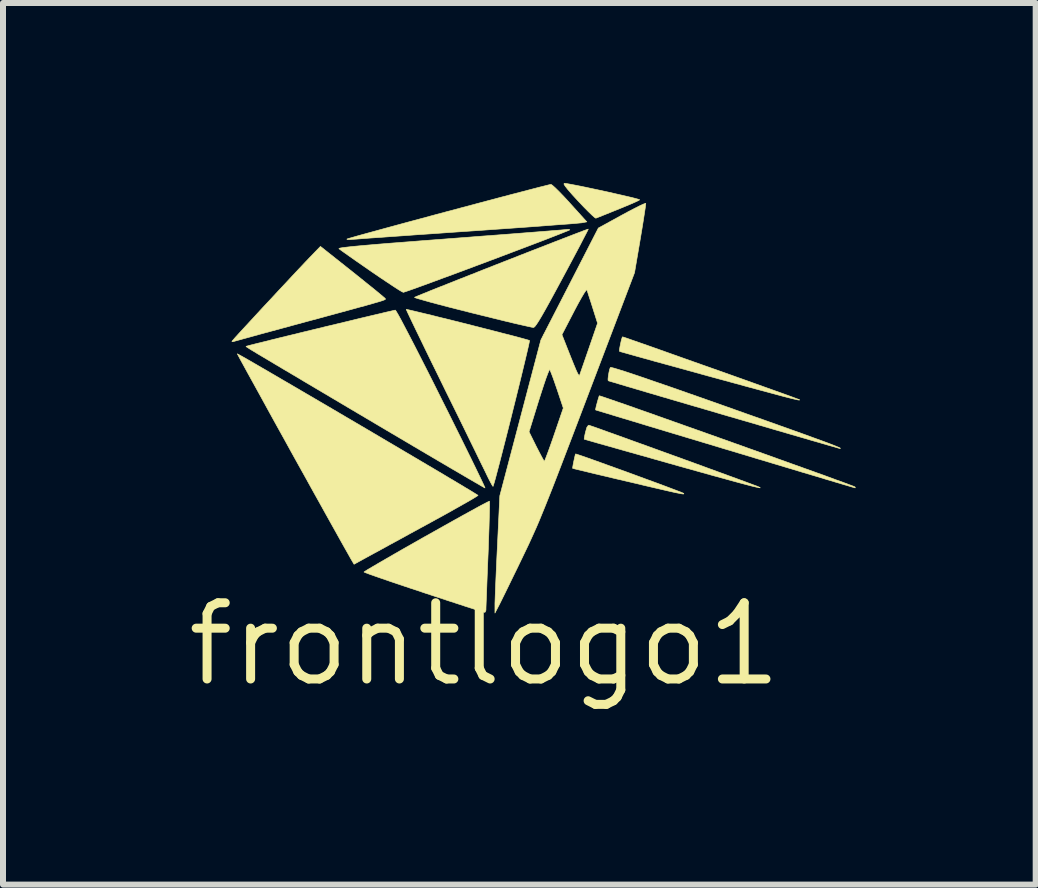
<source format=kicad_pcb>
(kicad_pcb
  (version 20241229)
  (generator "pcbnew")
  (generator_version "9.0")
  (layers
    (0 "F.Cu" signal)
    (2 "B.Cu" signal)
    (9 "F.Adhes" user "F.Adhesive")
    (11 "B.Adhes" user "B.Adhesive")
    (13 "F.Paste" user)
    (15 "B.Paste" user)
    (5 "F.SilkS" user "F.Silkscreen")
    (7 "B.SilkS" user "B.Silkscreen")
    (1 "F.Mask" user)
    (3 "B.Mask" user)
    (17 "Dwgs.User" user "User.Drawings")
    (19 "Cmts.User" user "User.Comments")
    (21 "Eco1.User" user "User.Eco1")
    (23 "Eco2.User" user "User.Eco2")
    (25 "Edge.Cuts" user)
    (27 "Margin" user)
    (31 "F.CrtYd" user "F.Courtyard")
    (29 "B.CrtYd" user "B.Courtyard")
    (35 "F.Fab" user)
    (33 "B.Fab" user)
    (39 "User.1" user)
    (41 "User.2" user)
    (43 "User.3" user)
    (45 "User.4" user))
  (footprint "frontlogo1"
    (layer "F.Cu")
    (at 5.027 7.685)
    (property "Reference" "frontlogo1" (at 0 0 0) (layer "F.SilkS") (effects (font (size 1.27 1.27) (thickness 0.15))))
    (attr through_hole)
    (fp_poly (pts (xy 1.354 -7.678) (xy 1.417 -7.667) (xy 1.507 -7.65) (xy 1.619 -7.628) (xy 1.746 -7.601) (xy 1.883 -7.572) (xy 2.023 -7.542) (xy 2.159 -7.511) (xy 2.287 -7.482) (xy 2.399 -7.456) (xy 2.489 -7.434) (xy 2.552 -7.417) (xy 2.581 -7.407) (xy 2.582 -7.405) (xy 2.563 -7.393) (xy 2.503 -7.365) (xy 2.404 -7.322) (xy 2.266 -7.265) (xy 2.088 -7.193) (xy 1.871 -7.106) (xy 1.852 -7.099) (xy 1.832 -7.111) (xy 1.788 -7.15) (xy 1.725 -7.211) (xy 1.648 -7.289) (xy 1.563 -7.379) (xy 1.56 -7.382) (xy 1.459 -7.492) (xy 1.387 -7.575) (xy 1.341 -7.633) (xy 1.321 -7.667) (xy 1.325 -7.68) (xy 1.354 -7.678)) (stroke (width 0.01) (type solid)) (fill yes) (layer "F.SilkS"))
    (fp_poly (pts (xy 1.535 -3.165) (xy 1.59 -3.147) (xy 1.675 -3.118) (xy 1.785 -3.079) (xy 1.916 -3.032) (xy 2.062 -2.979) (xy 2.218 -2.923) (xy 2.381 -2.864) (xy 2.544 -2.804) (xy 2.704 -2.745) (xy 2.855 -2.69) (xy 2.992 -2.639) (xy 3.111 -2.594) (xy 3.206 -2.558) (xy 3.274 -2.532) (xy 3.308 -2.517) (xy 3.312 -2.515) (xy 3.318 -2.508) (xy 3.318 -2.504) (xy 3.307 -2.503) (xy 3.282 -2.506) (xy 3.24 -2.514) (xy 3.178 -2.526) (xy 3.093 -2.545) (xy 2.98 -2.571) (xy 2.838 -2.604) (xy 2.662 -2.645) (xy 2.449 -2.696) (xy 2.371 -2.714) (xy 2.182 -2.758) (xy 2.007 -2.8) (xy 1.849 -2.837) (xy 1.713 -2.87) (xy 1.602 -2.897) (xy 1.522 -2.916) (xy 1.475 -2.928) (xy 1.465 -2.931) (xy 1.467 -2.952) (xy 1.475 -2.999) (xy 1.487 -3.059) (xy 1.5 -3.117) (xy 1.51 -3.159) (xy 1.515 -3.171) (xy 1.535 -3.165)) (stroke (width 0.01) (type solid)) (fill yes) (layer "F.SilkS"))
    (fp_poly (pts (xy 1.76 -3.641) (xy 1.819 -3.621) (xy 1.91 -3.589) (xy 2.028 -3.546) (xy 2.171 -3.495) (xy 2.335 -3.436) (xy 2.514 -3.371) (xy 2.706 -3.302) (xy 2.907 -3.229) (xy 3.112 -3.155) (xy 3.318 -3.08) (xy 3.52 -3.007) (xy 3.716 -2.935) (xy 3.9 -2.868) (xy 4.069 -2.806) (xy 4.22 -2.751) (xy 4.348 -2.704) (xy 4.449 -2.666) (xy 4.52 -2.64) (xy 4.551 -2.628) (xy 4.584 -2.613) (xy 4.592 -2.606) (xy 4.574 -2.607) (xy 4.527 -2.617) (xy 4.451 -2.635) (xy 4.344 -2.663) (xy 4.205 -2.7) (xy 4.031 -2.748) (xy 3.822 -2.805) (xy 3.576 -2.874) (xy 3.292 -2.953) (xy 3.09 -3.01) (xy 2.853 -3.077) (xy 2.628 -3.141) (xy 2.418 -3.2) (xy 2.227 -3.254) (xy 2.058 -3.302) (xy 1.915 -3.342) (xy 1.8 -3.375) (xy 1.717 -3.399) (xy 1.669 -3.413) (xy 1.658 -3.416) (xy 1.66 -3.437) (xy 1.669 -3.486) (xy 1.68 -3.535) (xy 1.702 -3.612) (xy 1.726 -3.646) (xy 1.737 -3.649) (xy 1.76 -3.641)) (stroke (width 0.01) (type solid)) (fill yes) (layer "F.SilkS"))
    (fp_poly (pts (xy -2.199 -6.202) (xy -2.069 -6.098) (xy -1.95 -6.002) (xy -1.845 -5.918) (xy -1.76 -5.848) (xy -1.698 -5.796) (xy -1.662 -5.765) (xy -1.655 -5.757) (xy -1.654 -5.753) (xy -1.655 -5.748) (xy -1.661 -5.743) (xy -1.676 -5.736) (xy -1.703 -5.726) (xy -1.743 -5.713) (xy -1.801 -5.696) (xy -1.879 -5.674) (xy -1.979 -5.645) (xy -2.106 -5.611) (xy -2.261 -5.568) (xy -2.448 -5.517) (xy -2.669 -5.457) (xy -2.928 -5.387) (xy -2.973 -5.375) (xy -3.19 -5.316) (xy -3.395 -5.26) (xy -3.584 -5.209) (xy -3.754 -5.163) (xy -3.901 -5.122) (xy -4.022 -5.089) (xy -4.112 -5.064) (xy -4.167 -5.049) (xy -4.185 -5.043) (xy -4.21 -5.042) (xy -4.212 -5.047) (xy -4.198 -5.064) (xy -4.159 -5.109) (xy -4.097 -5.177) (xy -4.016 -5.265) (xy -3.92 -5.369) (xy -3.812 -5.486) (xy -3.695 -5.613) (xy -3.572 -5.744) (xy -3.448 -5.878) (xy -3.325 -6.009) (xy -3.207 -6.136) (xy -3.097 -6.253) (xy -2.998 -6.358) (xy -2.914 -6.446) (xy -2.848 -6.514) (xy -2.836 -6.527) (xy -2.737 -6.629) (xy -2.199 -6.202)) (stroke (width 0.01) (type solid)) (fill yes) (layer "F.SilkS"))
    (fp_poly (pts (xy 2.319 -5.115) (xy 2.377 -5.096) (xy 2.467 -5.064) (xy 2.585 -5.023) (xy 2.728 -4.973) (xy 2.892 -4.915) (xy 3.072 -4.851) (xy 3.266 -4.782) (xy 3.469 -4.71) (xy 3.678 -4.636) (xy 3.888 -4.562) (xy 4.096 -4.488) (xy 4.298 -4.416) (xy 4.491 -4.347) (xy 4.67 -4.283) (xy 4.832 -4.225) (xy 4.972 -4.175) (xy 5.088 -4.133) (xy 5.174 -4.101) (xy 5.228 -4.081) (xy 5.246 -4.074) (xy 5.248 -4.07) (xy 5.241 -4.068) (xy 5.223 -4.07) (xy 5.191 -4.077) (xy 5.142 -4.088) (xy 5.073 -4.105) (xy 4.983 -4.128) (xy 4.868 -4.159) (xy 4.727 -4.197) (xy 4.556 -4.243) (xy 4.352 -4.298) (xy 4.115 -4.363) (xy 3.839 -4.438) (xy 3.725 -4.469) (xy 3.484 -4.536) (xy 3.255 -4.599) (xy 3.041 -4.658) (xy 2.846 -4.711) (xy 2.672 -4.76) (xy 2.524 -4.801) (xy 2.404 -4.835) (xy 2.315 -4.86) (xy 2.261 -4.875) (xy 2.246 -4.881) (xy 2.245 -4.903) (xy 2.253 -4.952) (xy 2.265 -5.012) (xy 2.278 -5.07) (xy 2.291 -5.111) (xy 2.297 -5.122) (xy 2.319 -5.115)) (stroke (width 0.01) (type solid)) (fill yes) (layer "F.SilkS"))
    (fp_poly (pts (xy 2.111 -4.611) (xy 2.156 -4.6) (xy 2.232 -4.577) (xy 2.338 -4.544) (xy 2.476 -4.498) (xy 2.648 -4.44) (xy 2.853 -4.369) (xy 3.095 -4.286) (xy 3.372 -4.189) (xy 3.688 -4.078) (xy 4.002 -3.967) (xy 4.339 -3.847) (xy 4.637 -3.742) (xy 4.9 -3.648) (xy 5.127 -3.567) (xy 5.323 -3.497) (xy 5.487 -3.437) (xy 5.622 -3.388) (xy 5.73 -3.348) (xy 5.813 -3.316) (xy 5.872 -3.292) (xy 5.91 -3.276) (xy 5.928 -3.266) (xy 5.927 -3.262) (xy 5.915 -3.262) (xy 5.892 -3.268) (xy 5.832 -3.286) (xy 5.736 -3.313) (xy 5.609 -3.35) (xy 5.452 -3.395) (xy 5.268 -3.449) (xy 5.061 -3.509) (xy 4.834 -3.575) (xy 4.588 -3.647) (xy 4.328 -3.723) (xy 4.055 -3.802) (xy 3.98 -3.824) (xy 3.705 -3.905) (xy 3.441 -3.982) (xy 3.192 -4.055) (xy 2.96 -4.123) (xy 2.749 -4.185) (xy 2.56 -4.241) (xy 2.397 -4.289) (xy 2.263 -4.329) (xy 2.16 -4.36) (xy 2.091 -4.38) (xy 2.06 -4.39) (xy 2.058 -4.391) (xy 2.055 -4.416) (xy 2.06 -4.466) (xy 2.07 -4.526) (xy 2.082 -4.58) (xy 2.094 -4.611) (xy 2.111 -4.611)) (stroke (width 0.01) (type solid)) (fill yes) (layer "F.SilkS"))
    (fp_poly (pts (xy 0.081 -2.36) (xy 0.081 -2.299) (xy 0.079 -2.205) (xy 0.076 -2.082) (xy 0.072 -1.934) (xy 0.066 -1.767) (xy 0.06 -1.583) (xy 0.056 -1.487) (xy 0.048 -1.297) (xy 0.041 -1.119) (xy 0.035 -0.957) (xy 0.03 -0.818) (xy 0.025 -0.704) (xy 0.022 -0.622) (xy 0.021 -0.575) (xy 0.021 -0.566) (xy 0.009 -0.536) (xy -0.005 -0.531) (xy -0.03 -0.538) (xy -0.091 -0.557) (xy -0.184 -0.587) (xy -0.306 -0.626) (xy -0.452 -0.674) (xy -0.618 -0.728) (xy -0.8 -0.788) (xy -0.995 -0.852) (xy -1.021 -0.861) (xy -1.217 -0.926) (xy -1.399 -0.987) (xy -1.565 -1.043) (xy -1.71 -1.093) (xy -1.831 -1.135) (xy -1.924 -1.168) (xy -1.985 -1.191) (xy -2.01 -1.202) (xy -2.011 -1.203) (xy -1.993 -1.216) (xy -1.942 -1.248) (xy -1.862 -1.295) (xy -1.758 -1.356) (xy -1.632 -1.429) (xy -1.49 -1.511) (xy -1.335 -1.6) (xy -1.171 -1.693) (xy -1.002 -1.789) (xy -0.832 -1.884) (xy -0.665 -1.978) (xy -0.506 -2.067) (xy -0.357 -2.15) (xy -0.224 -2.223) (xy -0.11 -2.286) (xy -0.02 -2.334) (xy 0.044 -2.367) (xy 0.076 -2.382) (xy 0.079 -2.383) (xy 0.081 -2.36)) (stroke (width 0.01) (type solid)) (fill yes) (layer "F.SilkS"))
    (fp_poly (pts (xy 1.718 -6.898) (xy 1.691 -6.845) (xy 1.648 -6.763) (xy 1.592 -6.654) (xy 1.523 -6.524) (xy 1.444 -6.376) (xy 1.357 -6.213) (xy 1.294 -6.096) (xy 1.183 -5.89) (xy 1.09 -5.719) (xy 1.013 -5.58) (xy 0.951 -5.471) (xy 0.902 -5.389) (xy 0.865 -5.332) (xy 0.838 -5.296) (xy 0.82 -5.28) (xy 0.815 -5.278) (xy 0.786 -5.282) (xy 0.721 -5.296) (xy 0.623 -5.318) (xy 0.496 -5.347) (xy 0.346 -5.383) (xy 0.175 -5.425) (xy -0.011 -5.471) (xy -0.207 -5.519) (xy -0.403 -5.569) (xy -0.585 -5.615) (xy -0.749 -5.658) (xy -0.892 -5.696) (xy -1.009 -5.729) (xy -1.097 -5.754) (xy -1.152 -5.771) (xy -1.17 -5.78) (xy -1.17 -5.78) (xy -1.148 -5.79) (xy -1.091 -5.814) (xy -1.002 -5.85) (xy -0.885 -5.898) (xy -0.744 -5.954) (xy -0.582 -6.018) (xy -0.404 -6.089) (xy -0.213 -6.164) (xy -0.014 -6.243) (xy 0.192 -6.324) (xy 0.399 -6.405) (xy 0.603 -6.485) (xy 0.802 -6.563) (xy 0.991 -6.636) (xy 1.167 -6.705) (xy 1.325 -6.766) (xy 1.462 -6.819) (xy 1.575 -6.862) (xy 1.658 -6.894) (xy 1.71 -6.912) (xy 1.726 -6.917) (xy 1.718 -6.898)) (stroke (width 0.01) (type solid)) (fill yes) (layer "F.SilkS"))
    (fp_poly (pts (xy 1.129 -7.647) (xy 1.176 -7.605) (xy 1.241 -7.541) (xy 1.32 -7.459) (xy 1.407 -7.365) (xy 1.42 -7.35) (xy 1.702 -7.038) (xy 1.618 -7.022) (xy 1.585 -7.019) (xy 1.512 -7.012) (xy 1.404 -7.003) (xy 1.263 -6.993) (xy 1.093 -6.98) (xy 0.897 -6.965) (xy 0.678 -6.949) (xy 0.439 -6.932) (xy 0.183 -6.914) (xy -0.086 -6.895) (xy -0.307 -6.88) (xy -0.584 -6.861) (xy -0.85 -6.842) (xy -1.103 -6.825) (xy -1.338 -6.808) (xy -1.552 -6.793) (xy -1.744 -6.779) (xy -1.908 -6.768) (xy -2.042 -6.758) (xy -2.143 -6.75) (xy -2.207 -6.746) (xy -2.23 -6.743) (xy -2.277 -6.742) (xy -2.296 -6.748) (xy -2.294 -6.752) (xy -2.271 -6.76) (xy -2.211 -6.777) (xy -2.118 -6.804) (xy -1.995 -6.838) (xy -1.845 -6.879) (xy -1.674 -6.926) (xy -1.483 -6.978) (xy -1.277 -7.034) (xy -1.061 -7.092) (xy -0.836 -7.153) (xy -0.608 -7.214) (xy -0.379 -7.275) (xy -0.154 -7.335) (xy 0.064 -7.393) (xy 0.271 -7.448) (xy 0.464 -7.499) (xy 0.638 -7.544) (xy 0.79 -7.584) (xy 0.917 -7.617) (xy 1.014 -7.641) (xy 1.078 -7.657) (xy 1.106 -7.662) (xy 1.106 -7.662) (xy 1.129 -7.647)) (stroke (width 0.01) (type solid)) (fill yes) (layer "F.SilkS"))
    (fp_poly (pts (xy 1.931 -4.134) (xy 1.988 -4.115) (xy 2.079 -4.084) (xy 2.2 -4.042) (xy 2.349 -3.991) (xy 2.521 -3.93) (xy 2.715 -3.862) (xy 2.926 -3.787) (xy 3.151 -3.707) (xy 3.388 -3.623) (xy 3.634 -3.536) (xy 3.884 -3.447) (xy 4.137 -3.357) (xy 4.388 -3.267) (xy 4.635 -3.179) (xy 4.874 -3.093) (xy 5.102 -3.011) (xy 5.317 -2.934) (xy 5.515 -2.863) (xy 5.693 -2.799) (xy 5.847 -2.742) (xy 5.975 -2.696) (xy 6.073 -2.659) (xy 6.138 -2.635) (xy 6.168 -2.622) (xy 6.169 -2.622) (xy 6.177 -2.606) (xy 6.169 -2.606) (xy 6.146 -2.612) (xy 6.086 -2.63) (xy 5.99 -2.658) (xy 5.862 -2.696) (xy 5.704 -2.743) (xy 5.519 -2.799) (xy 5.309 -2.861) (xy 5.077 -2.931) (xy 4.827 -3.006) (xy 4.559 -3.086) (xy 4.278 -3.171) (xy 4 -3.254) (xy 3.709 -3.342) (xy 3.429 -3.426) (xy 3.163 -3.506) (xy 2.914 -3.581) (xy 2.685 -3.65) (xy 2.478 -3.713) (xy 2.295 -3.768) (xy 2.14 -3.815) (xy 2.015 -3.853) (xy 1.923 -3.881) (xy 1.866 -3.898) (xy 1.848 -3.904) (xy 1.85 -3.924) (xy 1.86 -3.971) (xy 1.876 -4.03) (xy 1.892 -4.087) (xy 1.905 -4.128) (xy 1.91 -4.14) (xy 1.931 -4.134)) (stroke (width 0.01) (type solid)) (fill yes) (layer "F.SilkS"))
    (fp_poly (pts (xy -1.286 -5.576) (xy -1.228 -5.563) (xy -1.139 -5.542) (xy -1.023 -5.514) (xy -0.885 -5.481) (xy -0.73 -5.442) (xy -0.562 -5.401) (xy -0.387 -5.357) (xy -0.209 -5.312) (xy -0.033 -5.267) (xy 0.136 -5.224) (xy 0.294 -5.183) (xy 0.436 -5.147) (xy 0.557 -5.115) (xy 0.652 -5.089) (xy 0.716 -5.071) (xy 0.746 -5.061) (xy 0.747 -5.061) (xy 0.744 -5.039) (xy 0.732 -4.98) (xy 0.711 -4.889) (xy 0.683 -4.771) (xy 0.649 -4.629) (xy 0.61 -4.467) (xy 0.567 -4.291) (xy 0.521 -4.105) (xy 0.473 -3.913) (xy 0.425 -3.719) (xy 0.377 -3.529) (xy 0.33 -3.345) (xy 0.286 -3.173) (xy 0.246 -3.017) (xy 0.21 -2.881) (xy 0.181 -2.771) (xy 0.158 -2.689) (xy 0.143 -2.641) (xy 0.139 -2.629) (xy 0.127 -2.644) (xy 0.102 -2.689) (xy 0.066 -2.758) (xy 0.036 -2.819) (xy 0.011 -2.872) (xy -0.032 -2.959) (xy -0.09 -3.077) (xy -0.16 -3.222) (xy -0.242 -3.389) (xy -0.333 -3.576) (xy -0.432 -3.778) (xy -0.537 -3.991) (xy -0.646 -4.212) (xy -0.686 -4.294) (xy -0.792 -4.511) (xy -0.893 -4.716) (xy -0.986 -4.907) (xy -1.07 -5.081) (xy -1.144 -5.233) (xy -1.206 -5.362) (xy -1.254 -5.463) (xy -1.288 -5.535) (xy -1.305 -5.573) (xy -1.307 -5.579) (xy -1.286 -5.576)) (stroke (width 0.01) (type solid)) (fill yes) (layer "F.SilkS"))
    (fp_poly (pts (xy 1.418 -6.905) (xy 1.399 -6.895) (xy 1.343 -6.873) (xy 1.256 -6.838) (xy 1.141 -6.793) (xy 1.002 -6.739) (xy 0.842 -6.678) (xy 0.666 -6.611) (xy 0.478 -6.54) (xy 0.28 -6.465) (xy 0.078 -6.389) (xy -0.125 -6.313) (xy -0.325 -6.238) (xy -0.518 -6.166) (xy -0.701 -6.099) (xy -0.868 -6.037) (xy -1.018 -5.982) (xy -1.145 -5.936) (xy -1.246 -5.9) (xy -1.316 -5.876) (xy -1.353 -5.864) (xy -1.357 -5.864) (xy -1.381 -5.875) (xy -1.436 -5.908) (xy -1.515 -5.959) (xy -1.616 -6.026) (xy -1.733 -6.104) (xy -1.862 -6.192) (xy -1.894 -6.214) (xy -2.025 -6.305) (xy -2.145 -6.388) (xy -2.25 -6.462) (xy -2.335 -6.522) (xy -2.395 -6.565) (xy -2.427 -6.589) (xy -2.429 -6.591) (xy -2.426 -6.596) (xy -2.404 -6.602) (xy -2.362 -6.609) (xy -2.297 -6.617) (xy -2.208 -6.627) (xy -2.091 -6.638) (xy -1.946 -6.651) (xy -1.771 -6.666) (xy -1.562 -6.683) (xy -1.318 -6.702) (xy -1.036 -6.724) (xy -0.716 -6.748) (xy -0.577 -6.759) (xy -0.298 -6.78) (xy -0.03 -6.801) (xy 0.224 -6.82) (xy 0.46 -6.838) (xy 0.675 -6.855) (xy 0.867 -6.87) (xy 1.032 -6.883) (xy 1.167 -6.894) (xy 1.269 -6.902) (xy 1.334 -6.908) (xy 1.36 -6.911) (xy 1.402 -6.913) (xy 1.418 -6.905)) (stroke (width 0.01) (type solid)) (fill yes) (layer "F.SilkS"))
    (fp_poly (pts (xy -4.103 -4.829) (xy -4.05 -4.8) (xy -3.967 -4.753) (xy -3.856 -4.689) (xy -3.72 -4.61) (xy -3.562 -4.518) (xy -3.384 -4.414) (xy -3.19 -4.301) (xy -2.982 -4.179) (xy -2.763 -4.051) (xy -2.536 -3.918) (xy -2.305 -3.782) (xy -2.07 -3.644) (xy -1.837 -3.507) (xy -1.607 -3.371) (xy -1.383 -3.239) (xy -1.168 -3.112) (xy -0.965 -2.992) (xy -0.777 -2.881) (xy -0.606 -2.779) (xy -0.456 -2.69) (xy -0.33 -2.614) (xy -0.229 -2.554) (xy -0.158 -2.51) (xy -0.118 -2.485) (xy -0.111 -2.48) (xy -0.128 -2.467) (xy -0.178 -2.436) (xy -0.259 -2.388) (xy -0.367 -2.327) (xy -0.498 -2.253) (xy -0.649 -2.168) (xy -0.817 -2.076) (xy -0.997 -1.977) (xy -1.053 -1.947) (xy -1.24 -1.845) (xy -1.418 -1.747) (xy -1.584 -1.657) (xy -1.733 -1.575) (xy -1.862 -1.505) (xy -1.966 -1.448) (xy -2.041 -1.407) (xy -2.084 -1.383) (xy -2.089 -1.381) (xy -2.177 -1.332) (xy -2.23 -1.422) (xy -2.264 -1.483) (xy -2.315 -1.573) (xy -2.381 -1.69) (xy -2.459 -1.83) (xy -2.549 -1.991) (xy -2.649 -2.17) (xy -2.756 -2.363) (xy -2.87 -2.567) (xy -2.987 -2.779) (xy -3.108 -2.996) (xy -3.229 -3.214) (xy -3.349 -3.432) (xy -3.467 -3.644) (xy -3.58 -3.849) (xy -3.687 -4.044) (xy -3.786 -4.224) (xy -3.876 -4.387) (xy -3.955 -4.53) (xy -4.02 -4.649) (xy -4.071 -4.742) (xy -4.105 -4.806) (xy -4.121 -4.836) (xy -4.122 -4.839) (xy -4.103 -4.829)) (stroke (width 0.01) (type solid)) (fill yes) (layer "F.SilkS"))
    (fp_poly (pts (xy -1.475 -5.548) (xy -1.443 -5.494) (xy -1.395 -5.407) (xy -1.333 -5.289) (xy -1.256 -5.142) (xy -1.167 -4.97) (xy -1.067 -4.774) (xy -0.957 -4.558) (xy -0.838 -4.322) (xy -0.72 -4.085) (xy -0.603 -3.852) (xy -0.493 -3.63) (xy -0.39 -3.423) (xy -0.296 -3.232) (xy -0.212 -3.061) (xy -0.14 -2.913) (xy -0.081 -2.791) (xy -0.036 -2.697) (xy -0.007 -2.634) (xy 0.005 -2.605) (xy 0.005 -2.604) (xy -0.015 -2.614) (xy -0.069 -2.645) (xy -0.154 -2.694) (xy -0.268 -2.76) (xy -0.407 -2.842) (xy -0.57 -2.937) (xy -0.754 -3.045) (xy -0.956 -3.164) (xy -1.173 -3.292) (xy -1.403 -3.428) (xy -1.63 -3.562) (xy -1.971 -3.764) (xy -2.277 -3.945) (xy -2.55 -4.107) (xy -2.793 -4.251) (xy -3.006 -4.377) (xy -3.192 -4.488) (xy -3.353 -4.583) (xy -3.491 -4.665) (xy -3.606 -4.734) (xy -3.702 -4.791) (xy -3.78 -4.837) (xy -3.842 -4.875) (xy -3.889 -4.903) (xy -3.924 -4.925) (xy -3.948 -4.941) (xy -3.964 -4.951) (xy -3.973 -4.957) (xy -3.976 -4.961) (xy -3.976 -4.963) (xy -3.975 -4.964) (xy -3.954 -4.97) (xy -3.895 -4.986) (xy -3.804 -5.009) (xy -3.685 -5.038) (xy -3.543 -5.074) (xy -3.381 -5.114) (xy -3.203 -5.157) (xy -3.016 -5.203) (xy -2.821 -5.25) (xy -2.625 -5.298) (xy -2.431 -5.344) (xy -2.244 -5.389) (xy -2.068 -5.432) (xy -1.908 -5.47) (xy -1.767 -5.503) (xy -1.65 -5.531) (xy -1.562 -5.551) (xy -1.507 -5.564) (xy -1.489 -5.567) (xy -1.475 -5.548)) (stroke (width 0.01) (type solid)) (fill yes) (layer "F.SilkS"))
    (fp_poly (pts (xy 2.684 -7.346) (xy 2.682 -7.321) (xy 2.674 -7.26) (xy 2.66 -7.168) (xy 2.642 -7.052) (xy 2.62 -6.916) (xy 2.595 -6.766) (xy 2.594 -6.759) (xy 2.497 -6.191) (xy 1.712 -4.128) (xy 1.584 -3.791) (xy 1.47 -3.492) (xy 1.368 -3.226) (xy 1.278 -2.991) (xy 1.198 -2.783) (xy 1.127 -2.6) (xy 1.063 -2.439) (xy 1.006 -2.296) (xy 0.954 -2.169) (xy 0.907 -2.054) (xy 0.862 -1.949) (xy 0.818 -1.851) (xy 0.775 -1.756) (xy 0.732 -1.662) (xy 0.686 -1.566) (xy 0.637 -1.464) (xy 0.625 -1.439) (xy 0.549 -1.281) (xy 0.474 -1.128) (xy 0.405 -0.986) (xy 0.344 -0.861) (xy 0.294 -0.76) (xy 0.259 -0.689) (xy 0.248 -0.667) (xy 0.171 -0.519) (xy 0.171 -0.635) (xy 0.171 -0.682) (xy 0.174 -0.765) (xy 0.178 -0.88) (xy 0.184 -1.022) (xy 0.191 -1.185) (xy 0.199 -1.364) (xy 0.208 -1.554) (xy 0.211 -1.612) (xy 0.252 -2.473) (xy 0.533 -3.539) (xy 0.739 -3.539) (xy 0.861 -3.293) (xy 0.908 -3.202) (xy 0.948 -3.126) (xy 0.978 -3.072) (xy 0.993 -3.049) (xy 0.994 -3.048) (xy 1.004 -3.067) (xy 1.025 -3.121) (xy 1.056 -3.203) (xy 1.094 -3.308) (xy 1.137 -3.43) (xy 1.158 -3.491) (xy 1.31 -3.935) (xy 1.206 -4.247) (xy 1.168 -4.356) (xy 1.135 -4.45) (xy 1.107 -4.523) (xy 1.089 -4.567) (xy 1.083 -4.577) (xy 1.073 -4.562) (xy 1.052 -4.512) (xy 1.022 -4.432) (xy 0.986 -4.326) (xy 0.945 -4.2) (xy 0.902 -4.066) (xy 0.739 -3.539) (xy 0.533 -3.539) (xy 0.936 -5.069) (xy 0.981 -5.158) (xy 1.287 -5.158) (xy 1.388 -4.902) (xy 1.446 -4.756) (xy 1.491 -4.645) (xy 1.524 -4.566) (xy 1.548 -4.515) (xy 1.565 -4.487) (xy 1.575 -4.478) (xy 1.582 -4.486) (xy 1.583 -4.487) (xy 1.593 -4.516) (xy 1.615 -4.579) (xy 1.646 -4.668) (xy 1.684 -4.778) (xy 1.727 -4.902) (xy 1.738 -4.934) (xy 1.881 -5.349) (xy 1.798 -5.611) (xy 1.766 -5.712) (xy 1.737 -5.801) (xy 1.716 -5.867) (xy 1.704 -5.903) (xy 1.703 -5.905) (xy 1.69 -5.897) (xy 1.66 -5.855) (xy 1.617 -5.783) (xy 1.561 -5.683) (xy 1.495 -5.559) (xy 1.489 -5.547) (xy 1.287 -5.158) (xy 0.981 -5.158) (xy 1.415 -6.002) (xy 1.894 -6.935) (xy 2.286 -7.15) (xy 2.402 -7.213) (xy 2.505 -7.266) (xy 2.59 -7.309) (xy 2.65 -7.336) (xy 2.681 -7.347) (xy 2.684 -7.346)) (stroke (width 0.01) (type solid)) (fill yes) (layer "F.SilkS")))
  (gr_rect
    (start -3 -3)
    (end 14.209 11.691)
    (stroke (width 0.1) (type default))
    (fill no)
    (layer "Edge.Cuts")))
</source>
